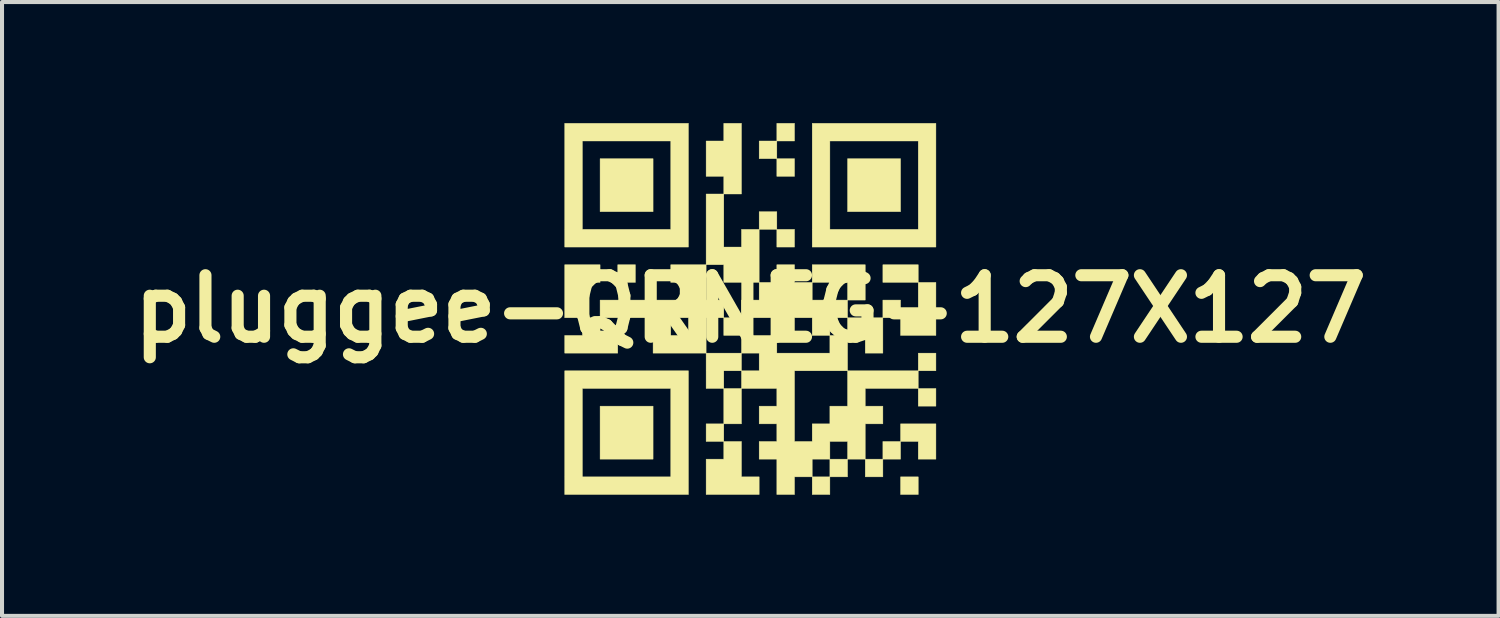
<source format=kicad_pcb>
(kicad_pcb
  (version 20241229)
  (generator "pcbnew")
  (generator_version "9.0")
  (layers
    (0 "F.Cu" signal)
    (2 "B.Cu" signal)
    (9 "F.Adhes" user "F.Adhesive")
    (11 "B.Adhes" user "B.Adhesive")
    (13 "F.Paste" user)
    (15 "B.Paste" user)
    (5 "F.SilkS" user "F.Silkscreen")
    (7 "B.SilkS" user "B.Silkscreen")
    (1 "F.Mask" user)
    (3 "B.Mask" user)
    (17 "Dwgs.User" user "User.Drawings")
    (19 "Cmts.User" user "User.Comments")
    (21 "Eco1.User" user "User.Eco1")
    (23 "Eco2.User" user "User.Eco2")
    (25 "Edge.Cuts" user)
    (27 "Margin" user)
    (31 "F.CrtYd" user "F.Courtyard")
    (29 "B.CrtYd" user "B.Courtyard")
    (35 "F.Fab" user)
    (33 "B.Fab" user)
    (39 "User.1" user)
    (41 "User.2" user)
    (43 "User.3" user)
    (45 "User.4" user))
  (footprint "pluggee-QRNEG-127X127"
    (layer "F.Cu")
    (at 15.538 4.603)
    (property "Reference" "pluggee-QRNEG-127X127" (at 0 0 0) (layer "F.SilkS") (effects (font (size 1.524 1.524) (thickness 0.3))))
    (attr through_hole)
    (fp_poly (pts (xy -2.847 -0.657) (xy -3.284 -0.657) (xy -3.284 -1.095) (xy -2.847 -1.095) (xy -2.847 -0.657)) (stroke (width 0.01) (type solid)) (fill yes) (layer "F.SilkS"))
    (fp_poly (pts (xy -2.409 -2.409) (xy -3.722 -2.409) (xy -3.722 -3.722) (xy -2.409 -3.722) (xy -2.409 -2.409)) (stroke (width 0.01) (type solid)) (fill yes) (layer "F.SilkS"))
    (fp_poly (pts (xy -2.409 3.722) (xy -3.722 3.722) (xy -3.722 2.409) (xy -2.409 2.409) (xy -2.409 3.722)) (stroke (width 0.01) (type solid)) (fill yes) (layer "F.SilkS"))
    (fp_poly (pts (xy -0.657 3.284) (xy -1.095 3.284) (xy -1.095 2.847) (xy -0.657 2.847) (xy -0.657 3.284)) (stroke (width 0.01) (type solid)) (fill yes) (layer "F.SilkS"))
    (fp_poly (pts (xy -0.219 0.657) (xy -0.657 0.657) (xy -0.657 0.219) (xy -0.219 0.219) (xy -0.219 0.657)) (stroke (width 0.01) (type solid)) (fill yes) (layer "F.SilkS"))
    (fp_poly (pts (xy 0.657 -3.722) (xy 0.219 -3.722) (xy 0.219 -4.16) (xy 0.657 -4.16) (xy 0.657 -3.722)) (stroke (width 0.01) (type solid)) (fill yes) (layer "F.SilkS"))
    (fp_poly (pts (xy 0.657 -1.971) (xy 0.219 -1.971) (xy 0.219 -2.409) (xy 0.657 -2.409) (xy 0.657 -1.971)) (stroke (width 0.01) (type solid)) (fill yes) (layer "F.SilkS"))
    (fp_poly (pts (xy 1.095 -4.16) (xy 0.657 -4.16) (xy 0.657 -4.598) (xy 1.095 -4.598) (xy 1.095 -4.16)) (stroke (width 0.01) (type solid)) (fill yes) (layer "F.SilkS"))
    (fp_poly (pts (xy 1.095 -3.284) (xy 0.657 -3.284) (xy 0.657 -3.722) (xy 1.095 -3.722) (xy 1.095 -3.284)) (stroke (width 0.01) (type solid)) (fill yes) (layer "F.SilkS"))
    (fp_poly (pts (xy 1.095 -1.533) (xy 0.657 -1.533) (xy 0.657 -1.971) (xy 1.095 -1.971) (xy 1.095 -1.533)) (stroke (width 0.01) (type solid)) (fill yes) (layer "F.SilkS"))
    (fp_poly (pts (xy 3.284 4.16) (xy 2.847 4.16) (xy 2.847 3.722) (xy 3.284 3.722) (xy 3.284 4.16)) (stroke (width 0.01) (type solid)) (fill yes) (layer "F.SilkS"))
    (fp_poly (pts (xy 3.722 -2.409) (xy 2.409 -2.409) (xy 2.409 -3.722) (xy 3.722 -3.722) (xy 3.722 -2.409)) (stroke (width 0.01) (type solid)) (fill yes) (layer "F.SilkS"))
    (fp_poly (pts (xy 3.722 0.219) (xy 3.284 0.219) (xy 3.284 -0.219) (xy 3.722 -0.219) (xy 3.722 0.219)) (stroke (width 0.01) (type solid)) (fill yes) (layer "F.SilkS"))
    (fp_poly (pts (xy 3.722 3.722) (xy 3.284 3.722) (xy 3.284 3.284) (xy 3.722 3.284) (xy 3.722 3.722)) (stroke (width 0.01) (type solid)) (fill yes) (layer "F.SilkS"))
    (fp_poly (pts (xy 4.16 -0.657) (xy 3.284 -0.657) (xy 3.284 -1.095) (xy 4.16 -1.095) (xy 4.16 -0.657)) (stroke (width 0.01) (type solid)) (fill yes) (layer "F.SilkS"))
    (fp_poly (pts (xy 4.16 4.598) (xy 3.722 4.598) (xy 3.722 4.16) (xy 4.16 4.16) (xy 4.16 4.598)) (stroke (width 0.01) (type solid)) (fill yes) (layer "F.SilkS"))
    (fp_poly (pts (xy 4.598 1.533) (xy 4.16 1.533) (xy 4.16 1.095) (xy 4.598 1.095) (xy 4.598 1.533)) (stroke (width 0.01) (type solid)) (fill yes) (layer "F.SilkS"))
    (fp_poly (pts (xy 4.598 2.409) (xy 4.16 2.409) (xy 4.16 1.971) (xy 4.598 1.971) (xy 4.598 2.409)) (stroke (width 0.01) (type solid)) (fill yes) (layer "F.SilkS"))
    (fp_poly (pts (xy -3.722 -0.657) (xy -4.16 -0.657) (xy -4.16 0.219) (xy -4.598 0.219) (xy -4.598 -1.095) (xy -3.722 -1.095) (xy -3.722 -0.657)) (stroke (width 0.01) (type solid)) (fill yes) (layer "F.SilkS"))
    (fp_poly (pts (xy 3.722 2.847) (xy 4.598 2.847) (xy 4.598 3.722) (xy 4.16 3.722) (xy 4.16 3.284) (xy 3.722 3.284) (xy 3.722 2.847)) (stroke (width 0.01) (type solid)) (fill yes) (layer "F.SilkS"))
    (fp_poly (pts (xy 4.598 0.657) (xy 3.722 0.657) (xy 3.722 0.219) (xy 4.16 0.219) (xy 4.16 -0.657) (xy 4.598 -0.657) (xy 4.598 0.657)) (stroke (width 0.01) (type solid)) (fill yes) (layer "F.SilkS"))
    (fp_poly (pts (xy -3.722 0.657) (xy -3.284 0.657) (xy -3.284 1.095) (xy -4.598 1.095) (xy -4.598 0.657) (xy -4.16 0.657) (xy -4.16 0.219) (xy -3.722 0.219) (xy -3.722 0.657)) (stroke (width 0.01) (type solid)) (fill yes) (layer "F.SilkS"))
    (fp_poly (pts (xy -0.219 -2.847) (xy -0.657 -2.847) (xy -0.657 -3.284) (xy -1.095 -3.284) (xy -1.095 -4.16) (xy -0.657 -4.16) (xy -0.657 -4.598) (xy -0.219 -4.598) (xy -0.219 -2.847)) (stroke (width 0.01) (type solid)) (fill yes) (layer "F.SilkS"))
    (fp_poly (pts (xy -0.219 4.16) (xy 0.219 4.16) (xy 0.219 4.598) (xy -1.095 4.598) (xy -1.095 3.722) (xy -0.657 3.722) (xy -0.657 3.284) (xy -0.219 3.284) (xy -0.219 4.16)) (stroke (width 0.01) (type solid)) (fill yes) (layer "F.SilkS"))
    (fp_poly (pts (xy -1.533 -1.533) (xy -4.598 -1.533) (xy -4.598 -4.16) (xy -4.16 -4.16) (xy -4.16 -1.971) (xy -1.971 -1.971) (xy -1.971 -4.16) (xy -4.16 -4.16) (xy -4.598 -4.16) (xy -4.598 -4.598) (xy -1.533 -4.598) (xy -1.533 -1.533)) (stroke (width 0.01) (type solid)) (fill yes) (layer "F.SilkS"))
    (fp_poly (pts (xy -1.533 4.598) (xy -4.598 4.598) (xy -4.598 1.971) (xy -4.16 1.971) (xy -4.16 4.16) (xy -1.971 4.16) (xy -1.971 1.971) (xy -4.16 1.971) (xy -4.598 1.971) (xy -4.598 1.533) (xy -1.533 1.533) (xy -1.533 4.598)) (stroke (width 0.01) (type solid)) (fill yes) (layer "F.SilkS"))
    (fp_poly (pts (xy 4.598 -1.533) (xy 1.533 -1.533) (xy 1.533 -4.16) (xy 1.971 -4.16) (xy 1.971 -1.971) (xy 4.16 -1.971) (xy 4.16 -4.16) (xy 1.971 -4.16) (xy 1.533 -4.16) (xy 1.533 -4.598) (xy 4.598 -4.598) (xy 4.598 -1.533)) (stroke (width 0.01) (type solid)) (fill yes) (layer "F.SilkS"))
    (fp_poly (pts (xy 4.16 1.533) (xy 4.16 1.971) (xy 2.847 1.971) (xy 2.847 2.409) (xy 3.284 2.409) (xy 3.284 2.847) (xy 2.847 2.847) (xy 2.847 3.722) (xy 2.409 3.722) (xy 2.409 4.16) (xy 1.971 4.16) (xy 1.971 4.598) (xy 1.533 4.598) (xy 1.533 4.16) (xy 1.095 4.16) (xy 1.095 4.598) (xy 0.657 4.598) (xy 0.657 3.722) (xy 1.533 3.722) (xy 1.533 4.16) (xy 1.971 4.16) (xy 1.971 3.722) (xy 1.533 3.722) (xy 0.657 3.722) (xy 0.219 3.722) (xy 0.219 3.284) (xy 0.657 3.284) (xy 0.657 2.847) (xy 0.219 2.847) (xy 0.219 2.409) (xy 0.657 2.409) (xy 0.657 1.971) (xy -0.219 1.971) (xy -0.219 2.847) (xy -0.657 2.847) (xy -0.657 1.971) (xy -1.095 1.971) (xy -1.095 1.533) (xy -0.657 1.533) (xy -0.657 1.971) (xy -0.219 1.971) (xy -0.219 1.533) (xy -0.657 1.533) (xy -1.095 1.533) (xy -1.095 1.095) (xy -2.409 1.095) (xy -2.409 0.219) (xy -1.971 0.219) (xy -1.971 0.657) (xy -1.533 0.657) (xy -1.533 0.219) (xy -1.971 0.219) (xy -2.409 0.219) (xy -3.722 0.219) (xy -3.722 -0.219) (xy -1.533 -0.219) (xy -1.533 -0.657) (xy -1.971 -0.657) (xy -1.971 -1.095) (xy -1.095 -1.095) (xy -1.095 -0.219) (xy -0.657 -0.219) (xy -0.657 0.219) (xy -1.095 0.219) (xy -1.095 1.095) (xy -0.219 1.095) (xy -0.219 1.533) (xy 0.219 1.533) (xy 1.095 1.533) (xy 1.095 3.284) (xy 1.533 3.284) (xy 1.971 3.284) (xy 1.971 3.722) (xy 2.409 3.722) (xy 2.409 3.284) (xy 1.971 3.284) (xy 1.533 3.284) (xy 1.533 2.847) (xy 1.971 2.847) (xy 1.971 2.409) (xy 2.409 2.409) (xy 2.409 1.533) (xy 1.095 1.533) (xy 0.219 1.533) (xy 0.219 1.095) (xy -0.219 1.095) (xy -0.219 0.657) (xy 0.657 0.657) (xy 0.657 1.095) (xy 1.971 1.095) (xy 1.971 0.657) (xy 1.533 0.657) (xy 1.533 0.219) (xy 1.971 0.219) (xy 1.971 0.657) (xy 2.409 0.657) (xy 2.409 0.219) (xy 1.971 0.219) (xy 1.533 0.219) (xy 1.095 0.219) (xy 1.095 0.657) (xy 0.657 0.657) (xy 0.657 0.219) (xy -0.219 0.219) (xy -0.219 -0.219) (xy 0.219 -0.219) (xy 0.219 -0.657) (xy -0.657 -0.657) (xy -0.657 -1.095) (xy -1.095 -1.095) (xy -1.095 -2.847) (xy -0.657 -2.847) (xy -0.657 -1.533) (xy -0.219 -1.533) (xy -0.219 -1.971) (xy 0.219 -1.971) (xy 0.219 -0.657) (xy 0.657 -0.657) (xy 0.657 -1.095) (xy 1.095 -1.095) (xy 1.095 -0.657) (xy 1.533 -0.657) (xy 1.533 -0.219) (xy 2.409 -0.219) (xy 2.409 -0.657) (xy 1.533 -0.657) (xy 1.533 -1.095) (xy 2.847 -1.095) (xy 2.847 -0.219) (xy 2.409 -0.219) (xy 2.409 0.219) (xy 3.284 0.219) (xy 3.284 1.095) (xy 2.847 1.095) (xy 2.847 0.657) (xy 2.409 0.657) (xy 2.409 1.533) (xy 4.16 1.533)) (stroke (width 0.01) (type solid)) (fill yes) (layer "F.SilkS")))
  (gr_rect
    (start -3 -3)
    (end 34.075 12.207)
    (stroke (width 0.1) (type default))
    (fill no)
    (layer "Edge.Cuts")))
</source>
